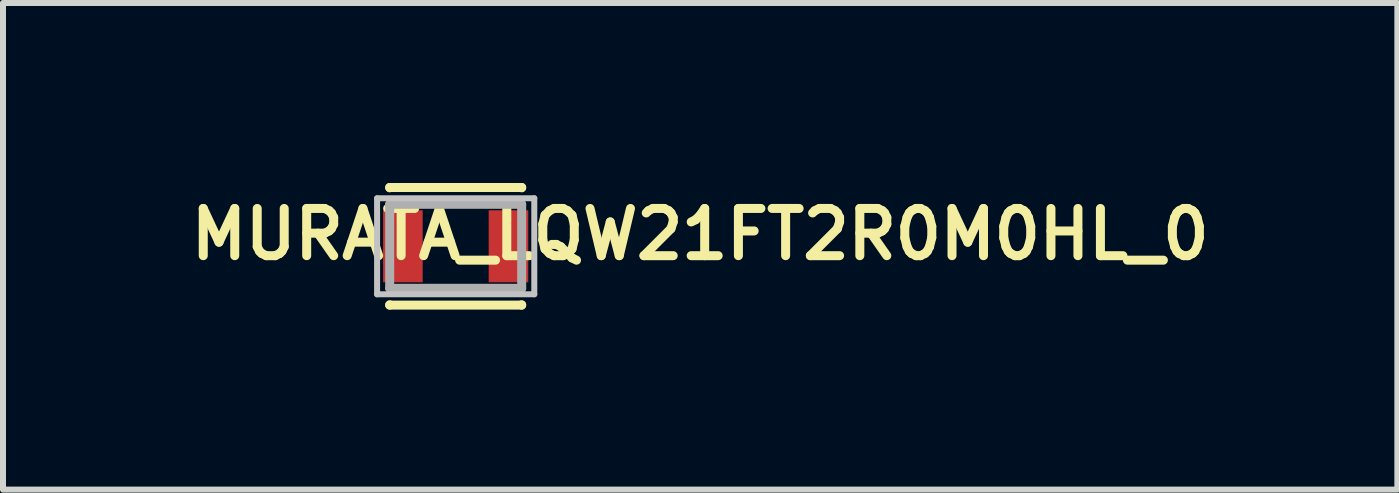
<source format=kicad_pcb>
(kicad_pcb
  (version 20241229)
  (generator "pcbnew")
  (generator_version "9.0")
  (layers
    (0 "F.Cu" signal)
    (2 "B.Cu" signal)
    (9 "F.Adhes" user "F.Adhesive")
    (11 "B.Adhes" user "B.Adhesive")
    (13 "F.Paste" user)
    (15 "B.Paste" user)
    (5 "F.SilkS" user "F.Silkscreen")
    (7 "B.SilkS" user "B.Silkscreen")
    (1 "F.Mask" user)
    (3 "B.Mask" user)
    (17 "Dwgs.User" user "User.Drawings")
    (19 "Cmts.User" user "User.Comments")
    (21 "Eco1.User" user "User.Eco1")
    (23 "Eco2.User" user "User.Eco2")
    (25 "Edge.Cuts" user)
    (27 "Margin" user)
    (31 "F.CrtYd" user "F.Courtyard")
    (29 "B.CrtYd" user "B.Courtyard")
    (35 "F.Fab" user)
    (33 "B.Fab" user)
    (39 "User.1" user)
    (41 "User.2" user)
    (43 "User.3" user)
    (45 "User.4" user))
  (footprint "MURATA_LQW21FT2R0M0HL_0"
    (layer "F.Cu")
    (at 4.545 1.055)
    (property "Reference" "MURATA_LQW21FT2R0M0HL_0" (at 4.075 -0.2 0) (layer "F.SilkS") (effects (font (size 0.787 0.787) (thickness 0.15))))
    (attr smd)
    (fp_line (start -1.1 -0.98) (end 1.1 -0.98) (stroke (width 0.15) (type solid)) (layer "F.SilkS"))
    (fp_line (start -1.1 -0.975) (end -1.1 -0.98) (stroke (width 0.15) (type solid)) (layer "F.SilkS"))
    (fp_line (start -1.1 0.98) (end -1.1 0.975) (stroke (width 0.15) (type solid)) (layer "F.SilkS"))
    (fp_line (start -1.1 0.98) (end 1.1 0.98) (stroke (width 0.15) (type solid)) (layer "F.SilkS"))
    (fp_line (start 1.1 -0.975) (end 1.1 -0.98) (stroke (width 0.15) (type solid)) (layer "F.SilkS"))
    (fp_line (start 1.1 0.98) (end 1.1 0.975) (stroke (width 0.15) (type solid)) (layer "F.SilkS"))
    (fp_line (start -1.31 -0.8) (end 1.31 -0.8) (stroke (width 0.1) (type solid)) (layer "Dwgs.User"))
    (fp_line (start -1.31 0.8) (end -1.31 -0.8) (stroke (width 0.1) (type solid)) (layer "Dwgs.User"))
    (fp_line (start 1.31 -0.8) (end 1.31 0.8) (stroke (width 0.1) (type solid)) (layer "Dwgs.User"))
    (fp_line (start 1.31 0.8) (end -1.31 0.8) (stroke (width 0.1) (type solid)) (layer "Dwgs.User"))
    (fp_line (start -1.1 -0.7) (end 1.1 -0.7) (stroke (width 0.15) (type solid)) (layer "F.Fab"))
    (fp_line (start -1.1 0.7) (end -1.1 -0.7) (stroke (width 0.15) (type solid)) (layer "F.Fab"))
    (fp_line (start 1.1 -0.7) (end 1.1 0.7) (stroke (width 0.15) (type solid)) (layer "F.Fab"))
    (fp_line (start 1.1 0.7) (end -1.1 0.7) (stroke (width 0.15) (type solid)) (layer "F.Fab"))
    (pad "1" smd rect (at -0.88 0) (size 0.66 1.2) (layers "F.Cu" "F.Mask" "F.Paste"))
    (pad "2" smd rect (at 0.88 0) (size 0.66 1.2) (layers "F.Cu" "F.Mask" "F.Paste")))
  (gr_rect
    (start -3 -3)
    (end 20.24 5.11)
    (stroke (width 0.1) (type default))
    (fill no)
    (layer "Edge.Cuts")))
</source>
